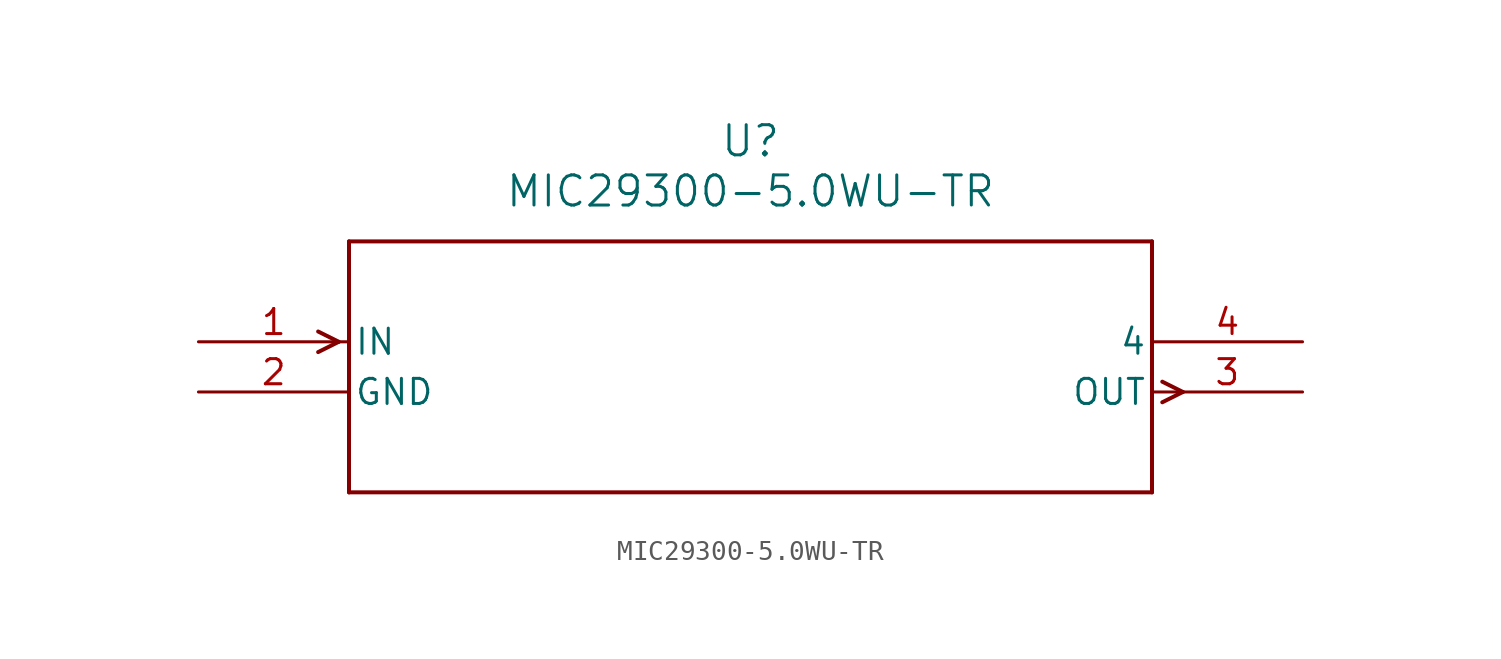
<source format=kicad_sym>
(kicad_symbol_lib
  (version 20211014)
  (generator kicad_symbol_editor)
  (symbol "MIC29300-5.0WU-TR"
    (pin_names
      (offset 0.254))
    (property "Reference" "U"
      (at 27.94 10.16 0)
      (effects (font (size 1.524 1.524))))
    (property "Value" "MIC29300-5.0WU-TR"
      (at 27.94 7.62 0)
      (effects (font (size 1.524 1.524))))
    (symbol "MIC29300-5.0WU-TR_0_1"
      (polyline (pts (xy 7.099 0) (xy 6.058 0.521)) (stroke (width 0.203) (type default) (color 0 0 0 0)) (fill (type none)))
      (polyline (pts (xy 7.099 0) (xy 6.058 -0.521)) (stroke (width 0.203) (type default) (color 0 0 0 0)) (fill (type none)))
      (polyline (pts (xy 48.781 -2.019) (xy 49.822 -2.54)) (stroke (width 0.203) (type default) (color 0 0 0 0)) (fill (type none)))
      (polyline (pts (xy 48.781 -3.061) (xy 49.822 -2.54)) (stroke (width 0.203) (type default) (color 0 0 0 0)) (fill (type none)))
      (polyline (pts (xy 7.62 5.08) (xy 7.62 -7.62)) (stroke (width 0.203) (type default) (color 0 0 0 0)) (fill (type none)))
      (polyline (pts (xy 7.62 -7.62) (xy 48.26 -7.62)) (stroke (width 0.203) (type default) (color 0 0 0 0)) (fill (type none)))
      (polyline (pts (xy 48.26 -7.62) (xy 48.26 5.08)) (stroke (width 0.203) (type default) (color 0 0 0 0)) (fill (type none)))
      (polyline (pts (xy 48.26 5.08) (xy 7.62 5.08)) (stroke (width 0.203) (type default) (color 0 0 0 0)) (fill (type none)))
      (pin input line (at 0 0 0) (length 7.62) (name "IN" (effects (font (size 1.27 1.27)))) (number "1" (effects (font (size 1.27 1.27)))))
      (pin power_in line (at 0 -2.54 0) (length 7.62) (name "GND" (effects (font (size 1.27 1.27)))) (number "2" (effects (font (size 1.27 1.27)))))
      (pin output line (at 55.88 -2.54 180) (length 7.62) (name "OUT" (effects (font (size 1.27 1.27)))) (number "3" (effects (font (size 1.27 1.27)))))
      (pin unspecified line (at 55.88 0 180) (length 7.62) (name "4" (effects (font (size 1.27 1.27)))) (number "4" (effects (font (size 1.27 1.27))))))))
</source>
